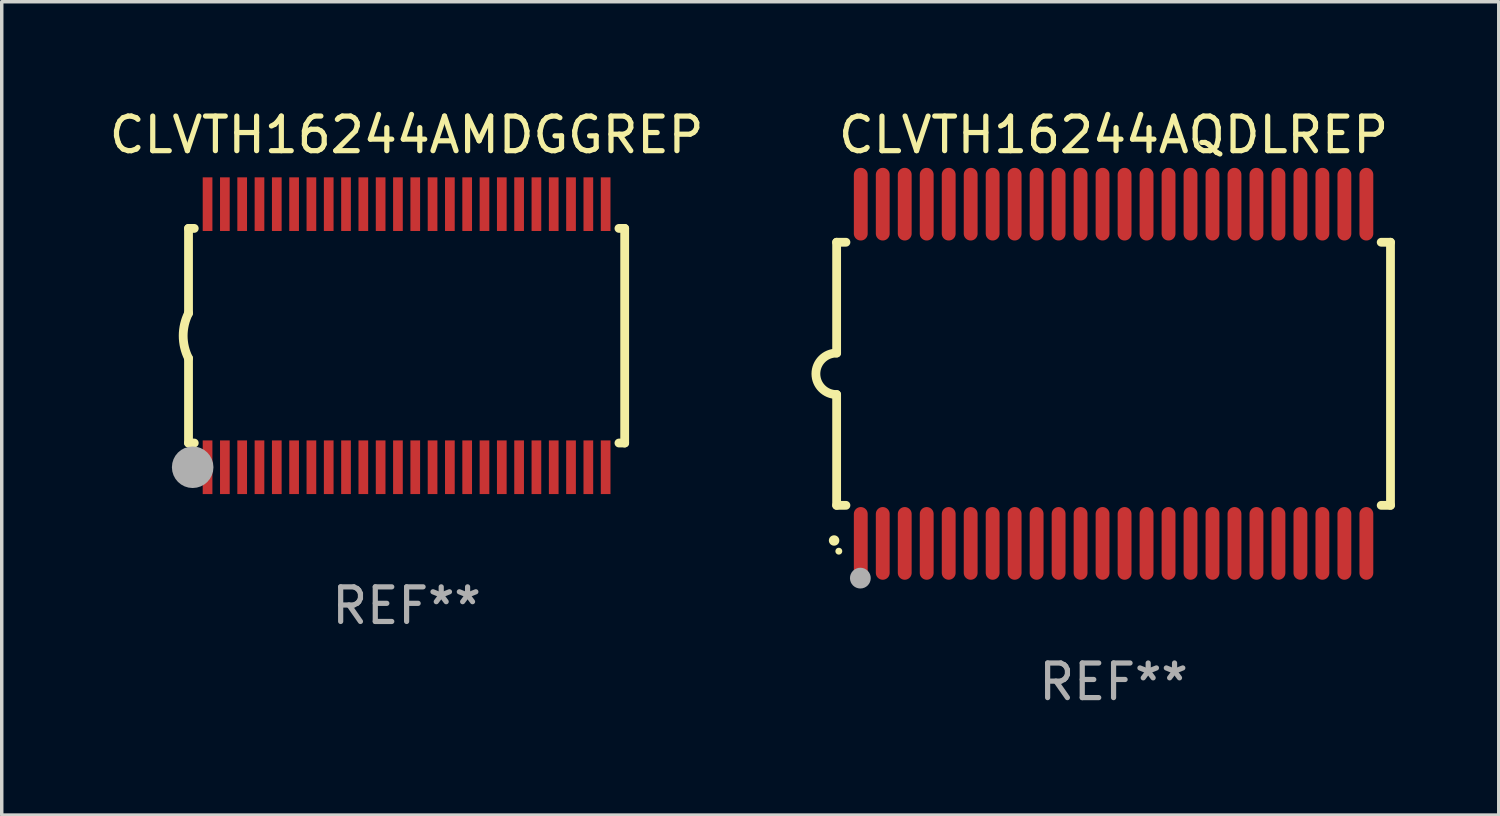
<source format=kicad_pcb>
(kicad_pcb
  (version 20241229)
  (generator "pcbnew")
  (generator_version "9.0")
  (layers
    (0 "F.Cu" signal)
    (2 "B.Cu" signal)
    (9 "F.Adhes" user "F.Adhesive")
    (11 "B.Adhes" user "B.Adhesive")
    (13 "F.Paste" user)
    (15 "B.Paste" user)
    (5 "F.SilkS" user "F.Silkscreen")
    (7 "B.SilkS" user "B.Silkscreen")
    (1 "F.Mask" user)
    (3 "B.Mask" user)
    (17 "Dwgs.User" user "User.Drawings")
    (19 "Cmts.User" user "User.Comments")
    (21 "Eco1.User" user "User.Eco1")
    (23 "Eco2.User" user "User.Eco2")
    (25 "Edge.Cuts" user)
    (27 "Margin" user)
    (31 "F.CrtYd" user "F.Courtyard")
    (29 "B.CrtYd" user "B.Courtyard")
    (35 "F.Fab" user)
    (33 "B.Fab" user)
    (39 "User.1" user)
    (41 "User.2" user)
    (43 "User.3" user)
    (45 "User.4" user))
  (footprint "CLVTH16244AMDGGREP"
    (layer "F.Cu")
    (at 8.696 6.648)
    (property "Reference" "CLVTH16244AMDGGREP" (at 0 -5.8 0) (layer "F.SilkS") (effects (font (size 1 1) (thickness 0.15))))
    (attr through_hole)
    (fp_line (start -6.3 -3.1) (end -6.3 -0.65) (stroke (width 0.254) (type solid)) (layer "F.SilkS"))
    (fp_line (start -6.3 -3.1) (end -6.134 -3.1) (stroke (width 0.254) (type solid)) (layer "F.SilkS"))
    (fp_line (start -6.3 3.1) (end -6.3 0.65) (stroke (width 0.254) (type solid)) (layer "F.SilkS"))
    (fp_line (start -6.3 3.1) (end -6.134 3.1) (stroke (width 0.254) (type solid)) (layer "F.SilkS"))
    (fp_line (start 6.134 -3.1) (end 6.3 -3.1) (stroke (width 0.254) (type solid)) (layer "F.SilkS"))
    (fp_line (start 6.134 3.1) (end 6.3 3.1) (stroke (width 0.254) (type solid)) (layer "F.SilkS"))
    (fp_line (start 6.3 -3.1) (end 6.3 3.1) (stroke (width 0.254) (type solid)) (layer "F.SilkS"))
    (fp_arc (start -6.301016 0.650114) (mid -6.45413 -0.000082) (end -6.3 -0.650038) (stroke (width 0.254001) (type solid)) (layer "F.SilkS"))
    (fp_circle (center -6.35 3.81) (end -6.223 3.81) (stroke (width 0.254) (type solid)) (fill no) (layer "F.SilkS"))
    (fp_circle (center -6.25 4.05) (end -6.22 4.05) (stroke (width 0.06) (type solid)) (fill no) (layer "F.SilkS"))
    (fp_circle (center -6.18 3.8) (end -5.88 3.8) (stroke (width 0.6) (type solid)) (fill no) (layer "F.Fab"))
    (fp_text user "REF**" (at 0 7.8 0) (layer "F.Fab") (effects (font (size 1 1) (thickness 0.15))))
    (pad "1" smd rect (at -5.75 3.8) (size 0.28 1.55) (layers "F.Cu" "F.Mask" "F.Paste"))
    (pad "2" smd rect (at -5.25 3.8) (size 0.28 1.55) (layers "F.Cu" "F.Mask" "F.Paste"))
    (pad "3" smd rect (at -4.75 3.8) (size 0.28 1.55) (layers "F.Cu" "F.Mask" "F.Paste"))
    (pad "4" smd rect (at -4.25 3.8) (size 0.28 1.55) (layers "F.Cu" "F.Mask" "F.Paste"))
    (pad "5" smd rect (at -3.75 3.8) (size 0.28 1.55) (layers "F.Cu" "F.Mask" "F.Paste"))
    (pad "6" smd rect (at -3.25 3.8) (size 0.28 1.55) (layers "F.Cu" "F.Mask" "F.Paste"))
    (pad "7" smd rect (at -2.75 3.8) (size 0.28 1.55) (layers "F.Cu" "F.Mask" "F.Paste"))
    (pad "8" smd rect (at -2.25 3.8) (size 0.28 1.55) (layers "F.Cu" "F.Mask" "F.Paste"))
    (pad "9" smd rect (at -1.75 3.8) (size 0.28 1.55) (layers "F.Cu" "F.Mask" "F.Paste"))
    (pad "10" smd rect (at -1.25 3.8) (size 0.28 1.55) (layers "F.Cu" "F.Mask" "F.Paste"))
    (pad "11" smd rect (at -0.75 3.8) (size 0.28 1.55) (layers "F.Cu" "F.Mask" "F.Paste"))
    (pad "12" smd rect (at -0.25 3.8) (size 0.28 1.55) (layers "F.Cu" "F.Mask" "F.Paste"))
    (pad "13" smd rect (at 0.25 3.8) (size 0.28 1.55) (layers "F.Cu" "F.Mask" "F.Paste"))
    (pad "14" smd rect (at 0.75 3.8) (size 0.28 1.55) (layers "F.Cu" "F.Mask" "F.Paste"))
    (pad "15" smd rect (at 1.25 3.8) (size 0.28 1.55) (layers "F.Cu" "F.Mask" "F.Paste"))
    (pad "16" smd rect (at 1.75 3.8) (size 0.28 1.55) (layers "F.Cu" "F.Mask" "F.Paste"))
    (pad "17" smd rect (at 2.25 3.8) (size 0.28 1.55) (layers "F.Cu" "F.Mask" "F.Paste"))
    (pad "18" smd rect (at 2.75 3.8) (size 0.28 1.55) (layers "F.Cu" "F.Mask" "F.Paste"))
    (pad "19" smd rect (at 3.25 3.8) (size 0.28 1.55) (layers "F.Cu" "F.Mask" "F.Paste"))
    (pad "20" smd rect (at 3.75 3.8) (size 0.28 1.55) (layers "F.Cu" "F.Mask" "F.Paste"))
    (pad "21" smd rect (at 4.25 3.8) (size 0.28 1.55) (layers "F.Cu" "F.Mask" "F.Paste"))
    (pad "22" smd rect (at 4.75 3.8) (size 0.28 1.55) (layers "F.Cu" "F.Mask" "F.Paste"))
    (pad "23" smd rect (at 5.25 3.8) (size 0.28 1.55) (layers "F.Cu" "F.Mask" "F.Paste"))
    (pad "24" smd rect (at 5.75 3.8) (size 0.28 1.55) (layers "F.Cu" "F.Mask" "F.Paste"))
    (pad "25" smd rect (at 5.75 -3.8) (size 0.28 1.55) (layers "F.Cu" "F.Mask" "F.Paste"))
    (pad "26" smd rect (at 5.25 -3.8) (size 0.28 1.55) (layers "F.Cu" "F.Mask" "F.Paste"))
    (pad "27" smd rect (at 4.75 -3.8) (size 0.28 1.55) (layers "F.Cu" "F.Mask" "F.Paste"))
    (pad "28" smd rect (at 4.25 -3.8) (size 0.28 1.55) (layers "F.Cu" "F.Mask" "F.Paste"))
    (pad "29" smd rect (at 3.75 -3.8) (size 0.28 1.55) (layers "F.Cu" "F.Mask" "F.Paste"))
    (pad "30" smd rect (at 3.25 -3.8) (size 0.28 1.55) (layers "F.Cu" "F.Mask" "F.Paste"))
    (pad "31" smd rect (at 2.75 -3.8) (size 0.28 1.55) (layers "F.Cu" "F.Mask" "F.Paste"))
    (pad "32" smd rect (at 2.25 -3.8) (size 0.28 1.55) (layers "F.Cu" "F.Mask" "F.Paste"))
    (pad "33" smd rect (at 1.75 -3.8) (size 0.28 1.55) (layers "F.Cu" "F.Mask" "F.Paste"))
    (pad "34" smd rect (at 1.25 -3.8) (size 0.28 1.55) (layers "F.Cu" "F.Mask" "F.Paste"))
    (pad "35" smd rect (at 0.75 -3.8) (size 0.28 1.55) (layers "F.Cu" "F.Mask" "F.Paste"))
    (pad "36" smd rect (at 0.25 -3.8) (size 0.28 1.55) (layers "F.Cu" "F.Mask" "F.Paste"))
    (pad "37" smd rect (at -0.25 -3.8) (size 0.28 1.55) (layers "F.Cu" "F.Mask" "F.Paste"))
    (pad "38" smd rect (at -0.75 -3.8) (size 0.28 1.55) (layers "F.Cu" "F.Mask" "F.Paste"))
    (pad "39" smd rect (at -1.25 -3.8) (size 0.28 1.55) (layers "F.Cu" "F.Mask" "F.Paste"))
    (pad "40" smd rect (at -1.75 -3.8) (size 0.28 1.55) (layers "F.Cu" "F.Mask" "F.Paste"))
    (pad "41" smd rect (at -2.25 -3.8) (size 0.28 1.55) (layers "F.Cu" "F.Mask" "F.Paste"))
    (pad "42" smd rect (at -2.75 -3.8) (size 0.28 1.55) (layers "F.Cu" "F.Mask" "F.Paste"))
    (pad "43" smd rect (at -3.25 -3.8) (size 0.28 1.55) (layers "F.Cu" "F.Mask" "F.Paste"))
    (pad "44" smd rect (at -3.75 -3.8) (size 0.28 1.55) (layers "F.Cu" "F.Mask" "F.Paste"))
    (pad "45" smd rect (at -4.25 -3.8) (size 0.28 1.55) (layers "F.Cu" "F.Mask" "F.Paste"))
    (pad "46" smd rect (at -4.75 -3.8) (size 0.28 1.55) (layers "F.Cu" "F.Mask" "F.Paste"))
    (pad "47" smd rect (at -5.25 -3.8) (size 0.28 1.55) (layers "F.Cu" "F.Mask" "F.Paste"))
    (pad "48" smd rect (at -5.75 -3.8) (size 0.28 1.55) (layers "F.Cu" "F.Mask" "F.Paste")))
  (footprint "CLVTH16244AQDLREP"
    (layer "F.Cu")
    (at 29.119 7.748)
    (property "Reference" "CLVTH16244AQDLREP" (at 0 -6.9 0) (layer "F.SilkS") (effects (font (size 1 1) (thickness 0.15))))
    (attr through_hole)
    (fp_line (start -8 -3.8) (end -8 -0.599) (stroke (width 0.254) (type solid)) (layer "F.SilkS"))
    (fp_line (start -8 -3.8) (end -7.731 -3.8) (stroke (width 0.254) (type solid)) (layer "F.SilkS"))
    (fp_line (start -8 3.8) (end -8 0.599) (stroke (width 0.254) (type solid)) (layer "F.SilkS"))
    (fp_line (start -7.731 3.8) (end -8 3.8) (stroke (width 0.254) (type solid)) (layer "F.SilkS"))
    (fp_line (start 7.731 -3.8) (end 8 -3.8) (stroke (width 0.254) (type solid)) (layer "F.SilkS"))
    (fp_line (start 8 -3.8) (end 8 3.8) (stroke (width 0.254) (type solid)) (layer "F.SilkS"))
    (fp_line (start 8 3.8) (end 7.731 3.8) (stroke (width 0.254) (type solid)) (layer "F.SilkS"))
    (fp_arc (start -8.074676 4.81585) (mid -8.073406 4.815845) (end -8.072136 4.81585) (stroke (width 0.3) (type solid)) (layer "F.SilkS"))
    (fp_arc (start -8.000025 0.6) (mid -8.598908 0.00056) (end -8.000027 -0.598882) (stroke (width 0.254001) (type solid)) (layer "F.SilkS"))
    (fp_circle (center -7.937 5.125) (end -7.887 5.125) (stroke (width 0.1) (type solid)) (fill no) (layer "F.SilkS"))
    (fp_circle (center -7.315 5.903) (end -7.165 5.903) (stroke (width 0.3) (type solid)) (fill no) (layer "F.Fab"))
    (fp_text user "REF**" (at 0 8.9 0) (layer "F.Fab") (effects (font (size 1 1) (thickness 0.15))))
    (pad "1" smd oval (at -7.303 4.9) (size 0.4 2.1) (layers "F.Cu" "F.Mask" "F.Paste"))
    (pad "2" smd oval (at -6.668 4.9) (size 0.4 2.1) (layers "F.Cu" "F.Mask" "F.Paste"))
    (pad "3" smd oval (at -6.033 4.9) (size 0.4 2.1) (layers "F.Cu" "F.Mask" "F.Paste"))
    (pad "4" smd oval (at -5.398 4.9) (size 0.4 2.1) (layers "F.Cu" "F.Mask" "F.Paste"))
    (pad "5" smd oval (at -4.763 4.9) (size 0.4 2.1) (layers "F.Cu" "F.Mask" "F.Paste"))
    (pad "6" smd oval (at -4.128 4.9) (size 0.4 2.1) (layers "F.Cu" "F.Mask" "F.Paste"))
    (pad "7" smd oval (at -3.493 4.9) (size 0.4 2.1) (layers "F.Cu" "F.Mask" "F.Paste"))
    (pad "8" smd oval (at -2.858 4.9) (size 0.4 2.1) (layers "F.Cu" "F.Mask" "F.Paste"))
    (pad "9" smd oval (at -2.223 4.9) (size 0.4 2.1) (layers "F.Cu" "F.Mask" "F.Paste"))
    (pad "10" smd oval (at -1.588 4.9) (size 0.4 2.1) (layers "F.Cu" "F.Mask" "F.Paste"))
    (pad "11" smd oval (at -0.953 4.9) (size 0.4 2.1) (layers "F.Cu" "F.Mask" "F.Paste"))
    (pad "12" smd oval (at -0.318 4.9) (size 0.4 2.1) (layers "F.Cu" "F.Mask" "F.Paste"))
    (pad "13" smd oval (at 0.318 4.9) (size 0.4 2.1) (layers "F.Cu" "F.Mask" "F.Paste"))
    (pad "14" smd oval (at 0.953 4.9) (size 0.4 2.1) (layers "F.Cu" "F.Mask" "F.Paste"))
    (pad "15" smd oval (at 1.588 4.9) (size 0.4 2.1) (layers "F.Cu" "F.Mask" "F.Paste"))
    (pad "16" smd oval (at 2.223 4.9) (size 0.4 2.1) (layers "F.Cu" "F.Mask" "F.Paste"))
    (pad "17" smd oval (at 2.858 4.9) (size 0.4 2.1) (layers "F.Cu" "F.Mask" "F.Paste"))
    (pad "18" smd oval (at 3.493 4.9) (size 0.4 2.1) (layers "F.Cu" "F.Mask" "F.Paste"))
    (pad "19" smd oval (at 4.128 4.9) (size 0.4 2.1) (layers "F.Cu" "F.Mask" "F.Paste"))
    (pad "20" smd oval (at 4.763 4.9) (size 0.4 2.1) (layers "F.Cu" "F.Mask" "F.Paste"))
    (pad "21" smd oval (at 5.398 4.9) (size 0.4 2.1) (layers "F.Cu" "F.Mask" "F.Paste"))
    (pad "22" smd oval (at 6.033 4.9) (size 0.4 2.1) (layers "F.Cu" "F.Mask" "F.Paste"))
    (pad "23" smd oval (at 6.668 4.9) (size 0.4 2.1) (layers "F.Cu" "F.Mask" "F.Paste"))
    (pad "24" smd oval (at 7.303 4.9) (size 0.4 2.1) (layers "F.Cu" "F.Mask" "F.Paste"))
    (pad "25" smd oval (at 7.303 -4.9 180) (size 0.4 2.1) (layers "F.Cu" "F.Mask" "F.Paste"))
    (pad "26" smd oval (at 6.668 -4.9 180) (size 0.4 2.1) (layers "F.Cu" "F.Mask" "F.Paste"))
    (pad "27" smd oval (at 6.033 -4.9 180) (size 0.4 2.1) (layers "F.Cu" "F.Mask" "F.Paste"))
    (pad "28" smd oval (at 5.398 -4.9 180) (size 0.4 2.1) (layers "F.Cu" "F.Mask" "F.Paste"))
    (pad "29" smd oval (at 4.763 -4.9 180) (size 0.4 2.1) (layers "F.Cu" "F.Mask" "F.Paste"))
    (pad "30" smd oval (at 4.128 -4.9 180) (size 0.4 2.1) (layers "F.Cu" "F.Mask" "F.Paste"))
    (pad "31" smd oval (at 3.493 -4.9 180) (size 0.4 2.1) (layers "F.Cu" "F.Mask" "F.Paste"))
    (pad "32" smd oval (at 2.858 -4.9 180) (size 0.4 2.1) (layers "F.Cu" "F.Mask" "F.Paste"))
    (pad "33" smd oval (at 2.223 -4.9 180) (size 0.4 2.1) (layers "F.Cu" "F.Mask" "F.Paste"))
    (pad "34" smd oval (at 1.588 -4.9 180) (size 0.4 2.1) (layers "F.Cu" "F.Mask" "F.Paste"))
    (pad "35" smd oval (at 0.953 -4.9 180) (size 0.4 2.1) (layers "F.Cu" "F.Mask" "F.Paste"))
    (pad "36" smd oval (at 0.318 -4.9 180) (size 0.4 2.1) (layers "F.Cu" "F.Mask" "F.Paste"))
    (pad "37" smd oval (at -0.318 -4.9 180) (size 0.4 2.1) (layers "F.Cu" "F.Mask" "F.Paste"))
    (pad "38" smd oval (at -0.953 -4.9 180) (size 0.4 2.1) (layers "F.Cu" "F.Mask" "F.Paste"))
    (pad "39" smd oval (at -1.588 -4.9 180) (size 0.4 2.1) (layers "F.Cu" "F.Mask" "F.Paste"))
    (pad "40" smd oval (at -2.223 -4.9 180) (size 0.4 2.1) (layers "F.Cu" "F.Mask" "F.Paste"))
    (pad "41" smd oval (at -2.858 -4.9 180) (size 0.4 2.1) (layers "F.Cu" "F.Mask" "F.Paste"))
    (pad "42" smd oval (at -3.493 -4.9 180) (size 0.4 2.1) (layers "F.Cu" "F.Mask" "F.Paste"))
    (pad "43" smd oval (at -4.128 -4.9 180) (size 0.4 2.1) (layers "F.Cu" "F.Mask" "F.Paste"))
    (pad "44" smd oval (at -4.763 -4.9 180) (size 0.4 2.1) (layers "F.Cu" "F.Mask" "F.Paste"))
    (pad "45" smd oval (at -5.398 -4.9 180) (size 0.4 2.1) (layers "F.Cu" "F.Mask" "F.Paste"))
    (pad "46" smd oval (at -6.033 -4.9 180) (size 0.4 2.1) (layers "F.Cu" "F.Mask" "F.Paste"))
    (pad "47" smd oval (at -6.668 -4.9 180) (size 0.4 2.1) (layers "F.Cu" "F.Mask" "F.Paste"))
    (pad "48" smd oval (at -7.303 -4.9 180) (size 0.4 2.1) (layers "F.Cu" "F.Mask" "F.Paste")))
  (gr_rect
    (start -3 -3)
    (end 40.246 20.496)
    (stroke (width 0.1) (type default))
    (fill no)
    (layer "Edge.Cuts")))
</source>
